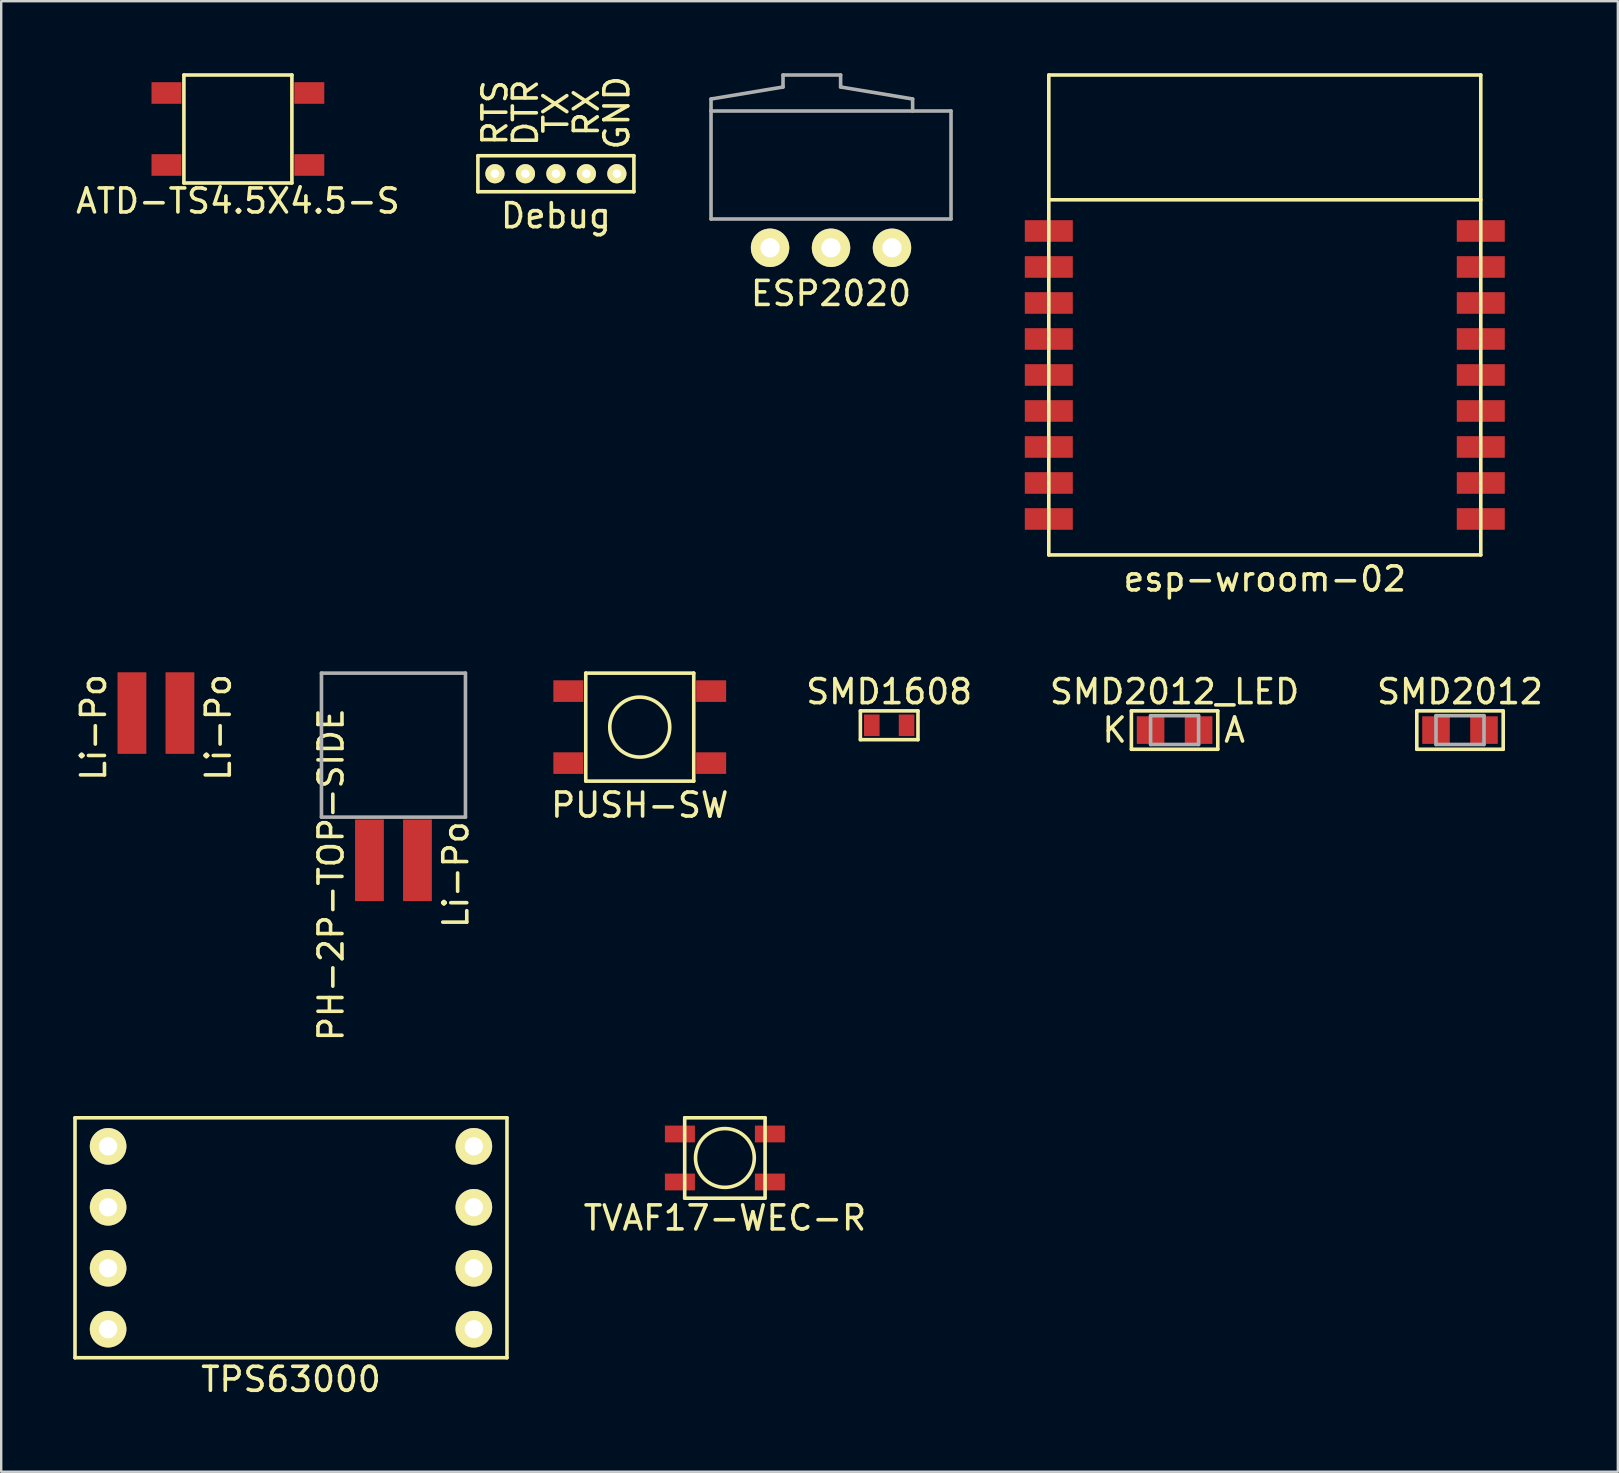
<source format=kicad_pcb>
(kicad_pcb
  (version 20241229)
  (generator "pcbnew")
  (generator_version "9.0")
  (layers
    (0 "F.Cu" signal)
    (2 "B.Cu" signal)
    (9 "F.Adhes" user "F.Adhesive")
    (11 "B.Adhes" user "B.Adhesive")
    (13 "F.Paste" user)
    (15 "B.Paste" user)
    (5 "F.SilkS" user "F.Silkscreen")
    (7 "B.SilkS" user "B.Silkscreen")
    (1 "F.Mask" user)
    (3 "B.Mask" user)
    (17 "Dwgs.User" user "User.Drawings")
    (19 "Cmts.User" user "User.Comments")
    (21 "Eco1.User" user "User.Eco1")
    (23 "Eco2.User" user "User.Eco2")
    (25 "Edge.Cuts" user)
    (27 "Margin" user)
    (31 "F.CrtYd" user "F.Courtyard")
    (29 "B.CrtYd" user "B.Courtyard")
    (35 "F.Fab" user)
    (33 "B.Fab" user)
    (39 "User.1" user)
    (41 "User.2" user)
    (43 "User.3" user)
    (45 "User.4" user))
  (footprint "TPS63000"
    (layer "F.Cu")
    (at 9.075 48.527)
    (property "Reference" "TPS63000" (at 0 5.9 0) (layer "F.SilkS") (effects (font (size 1 1) (thickness 0.15))))
    (attr through_hole)
    (fp_line (start -9 -5) (end -9 5) (stroke (width 0.15) (type solid)) (layer "F.SilkS"))
    (fp_line (start -9 5) (end 9 5) (stroke (width 0.15) (type solid)) (layer "F.SilkS"))
    (fp_line (start 9 -5) (end -9 -5) (stroke (width 0.15) (type solid)) (layer "F.SilkS"))
    (fp_line (start 9 5) (end 9 -5) (stroke (width 0.15) (type solid)) (layer "F.SilkS"))
    (pad "1" thru_hole circle (at -7.62 -3.81) (size 1.524 1.524) (drill 0.762) (layers "*.Cu" "*.Mask" "F.SilkS"))
    (pad "2" thru_hole circle (at -7.62 -1.27) (size 1.524 1.524) (drill 0.762) (layers "*.Cu" "*.Mask" "F.SilkS"))
    (pad "3" thru_hole circle (at -7.62 1.27) (size 1.524 1.524) (drill 0.762) (layers "*.Cu" "*.Mask" "F.SilkS"))
    (pad "4" thru_hole circle (at -7.62 3.81) (size 1.524 1.524) (drill 0.762) (layers "*.Cu" "*.Mask" "F.SilkS"))
    (pad "5" thru_hole circle (at 7.62 3.81) (size 1.524 1.524) (drill 0.762) (layers "*.Cu" "*.Mask" "F.SilkS"))
    (pad "6" thru_hole circle (at 7.62 1.27) (size 1.524 1.524) (drill 0.762) (layers "*.Cu" "*.Mask" "F.SilkS"))
    (pad "7" thru_hole circle (at 7.62 -1.27) (size 1.524 1.524) (drill 0.762) (layers "*.Cu" "*.Mask" "F.SilkS"))
    (pad "8" thru_hole circle (at 7.62 -3.81) (size 1.524 1.524) (drill 0.762) (layers "*.Cu" "*.Mask" "F.SilkS")))
  (footprint "PUSH-SW"
    (layer "F.Cu")
    (at 23.608 27.248)
    (property "Reference" "PUSH-SW" (at 0 3.25 0) (layer "F.SilkS") (effects (font (size 1 1) (thickness 0.15))))
    (attr through_hole)
    (fp_line (start -2.25 -2.25) (end -2.25 2.25) (stroke (width 0.15) (type solid)) (layer "F.SilkS"))
    (fp_line (start -2.25 2.25) (end 2.25 2.25) (stroke (width 0.15) (type solid)) (layer "F.SilkS"))
    (fp_line (start 2.25 -2.25) (end -2.25 -2.25) (stroke (width 0.15) (type solid)) (layer "F.SilkS"))
    (fp_line (start 2.25 2.25) (end 2.25 -2.25) (stroke (width 0.15) (type solid)) (layer "F.SilkS"))
    (fp_circle (center 0 0) (end -1.25 0) (stroke (width 0.15) (type solid)) (fill no) (layer "F.SilkS"))
    (pad "1" smd rect (at -2.975 -1.5) (size 1.25 0.9) (layers "F.Cu" "F.Mask" "F.Paste"))
    (pad "2" smd rect (at 2.975 -1.5) (size 1.25 0.9) (layers "F.Cu" "F.Mask" "F.Paste"))
    (pad "3" smd rect (at -2.975 1.5) (size 1.25 0.9) (layers "F.Cu" "F.Mask" "F.Paste"))
    (pad "4" smd rect (at 2.975 1.5) (size 1.25 0.9) (layers "F.Cu" "F.Mask" "F.Paste")))
  (footprint "esp-wroom-02"
    (layer "F.Cu")
    (at 49.653 20.075)
    (property "Reference" "esp-wroom-02" (at 0 1 0) (layer "F.SilkS") (effects (font (size 1 1) (thickness 0.15))))
    (attr through_hole)
    (fp_line (start -9 -20) (end -9 0) (stroke (width 0.15) (type solid)) (layer "F.SilkS"))
    (fp_line (start -9 -14.8) (end 9 -14.8) (stroke (width 0.15) (type solid)) (layer "F.SilkS"))
    (fp_line (start -9 0) (end 9 0) (stroke (width 0.15) (type solid)) (layer "F.SilkS"))
    (fp_line (start 9 -20) (end -9 -20) (stroke (width 0.15) (type solid)) (layer "F.SilkS"))
    (fp_line (start 9 0) (end 9 -20) (stroke (width 0.15) (type solid)) (layer "F.SilkS"))
    (pad "1" smd rect (at -9 -13.5) (size 2 0.9) (layers "F.Cu" "F.Mask" "F.Paste"))
    (pad "2" smd rect (at -9 -12) (size 2 0.9) (layers "F.Cu" "F.Mask" "F.Paste"))
    (pad "3" smd rect (at -9 -10.5) (size 2 0.9) (layers "F.Cu" "F.Mask" "F.Paste"))
    (pad "4" smd rect (at -9 -9) (size 2 0.9) (layers "F.Cu" "F.Mask" "F.Paste"))
    (pad "5" smd rect (at -9 -7.5) (size 2 0.9) (layers "F.Cu" "F.Mask" "F.Paste"))
    (pad "6" smd rect (at -9 -6) (size 2 0.9) (layers "F.Cu" "F.Mask" "F.Paste"))
    (pad "7" smd rect (at -9 -4.5) (size 2 0.9) (layers "F.Cu" "F.Mask" "F.Paste"))
    (pad "8" smd rect (at -9 -3) (size 2 0.9) (layers "F.Cu" "F.Mask" "F.Paste"))
    (pad "9" smd rect (at -9 -1.5) (size 2 0.9) (layers "F.Cu" "F.Mask" "F.Paste"))
    (pad "10" smd rect (at 9 -1.5) (size 2 0.9) (layers "F.Cu" "F.Mask" "F.Paste"))
    (pad "11" smd rect (at 9 -3) (size 2 0.9) (layers "F.Cu" "F.Mask" "F.Paste"))
    (pad "12" smd rect (at 9 -4.5) (size 2 0.9) (layers "F.Cu" "F.Mask" "F.Paste"))
    (pad "13" smd rect (at 9 -6) (size 2 0.9) (layers "F.Cu" "F.Mask" "F.Paste"))
    (pad "14" smd rect (at 9 -7.5) (size 2 0.9) (layers "F.Cu" "F.Mask" "F.Paste"))
    (pad "15" smd rect (at 9 -9) (size 2 0.9) (layers "F.Cu" "F.Mask" "F.Paste"))
    (pad "16" smd rect (at 9 -10.5) (size 2 0.9) (layers "F.Cu" "F.Mask" "F.Paste"))
    (pad "17" smd rect (at 9 -12) (size 2 0.9) (layers "F.Cu" "F.Mask" "F.Paste"))
    (pad "18" smd rect (at 9 -13.5) (size 2 0.9) (layers "F.Cu" "F.Mask" "F.Paste")))
  (footprint "ATD-TS4.5X4.5-S"
    (layer "F.Cu")
    (at 6.863 2.325)
    (property "Reference" "ATD-TS4.5X4.5-S" (at 0 3 0) (layer "F.SilkS") (effects (font (size 1 1) (thickness 0.15))))
    (attr through_hole)
    (fp_line (start -2.25 -2.25) (end -2.25 2.25) (stroke (width 0.15) (type solid)) (layer "F.SilkS"))
    (fp_line (start -2.25 2.25) (end 2.25 2.25) (stroke (width 0.15) (type solid)) (layer "F.SilkS"))
    (fp_line (start 2.25 -2.25) (end -2.25 -2.25) (stroke (width 0.15) (type solid)) (layer "F.SilkS"))
    (fp_line (start 2.25 2.25) (end 2.25 -2.25) (stroke (width 0.15) (type solid)) (layer "F.SilkS"))
    (pad "1" smd rect (at -2.975 -1.5 270) (size 0.9 1.25) (layers "F.Cu" "F.Mask" "F.Paste"))
    (pad "2" smd rect (at 2.975 -1.5 270) (size 0.9 1.25) (layers "F.Cu" "F.Mask" "F.Paste"))
    (pad "3" smd rect (at -2.975 1.5 270) (size 0.9 1.25) (layers "F.Cu" "F.Mask" "F.Paste"))
    (pad "4" smd rect (at 2.975 1.5 270) (size 0.9 1.25) (layers "F.Cu" "F.Mask" "F.Paste")))
  (footprint "TVAF17-WEC-R"
    (layer "F.Cu")
    (at 27.156 45.202)
    (property "Reference" "TVAF17-WEC-R" (at 0 2.5 0) (layer "F.SilkS") (effects (font (size 1 1) (thickness 0.15))))
    (attr through_hole)
    (fp_line (start -1.675 -1.675) (end -1.675 1.675) (stroke (width 0.15) (type solid)) (layer "F.SilkS"))
    (fp_line (start -1.675 1.675) (end 1.675 1.675) (stroke (width 0.15) (type solid)) (layer "F.SilkS"))
    (fp_line (start 1.675 -1.675) (end -1.675 -1.675) (stroke (width 0.15) (type solid)) (layer "F.SilkS"))
    (fp_line (start 1.675 1.675) (end 1.675 -1.675) (stroke (width 0.15) (type solid)) (layer "F.SilkS"))
    (fp_circle (center 0 0) (end 1.225 0) (stroke (width 0.15) (type solid)) (fill no) (layer "F.SilkS"))
    (pad "1" smd rect (at -1.875 -1) (size 1.25 0.7) (layers "F.Cu" "F.Mask" "F.Paste"))
    (pad "2" smd rect (at 1.875 -1) (size 1.25 0.7) (layers "F.Cu" "F.Mask" "F.Paste"))
    (pad "3" smd rect (at -1.875 1) (size 1.25 0.7) (layers "F.Cu" "F.Mask" "F.Paste"))
    (pad "4" smd rect (at 1.875 1) (size 1.25 0.7) (layers "F.Cu" "F.Mask" "F.Paste")))
  (footprint "Li-Po"
    (layer "F.Cu")
    (at 3.448 26.563)
    (property "Reference" "Li-Po" (at -2.6 0.7 90) (layer "F.SilkS") (effects (font (size 1 1) (thickness 0.15))))
    (attr through_hole)
    (fp_text user "Li-Po" (at 2.6 0.7 90) (layer "F.SilkS") (effects (font (size 1 1) (thickness 0.15))))
    (pad "1" smd rect (at -1 0.1) (size 1.2 3.4) (layers "F.Cu" "F.Mask" "F.Paste"))
    (pad "2" smd rect (at 1 0.1) (size 1.2 3.4) (layers "F.Cu" "F.Mask" "F.Paste")))
  (footprint "ESP2020"
    (layer "F.Cu")
    (at 31.578 7.275)
    (property "Reference" "ESP2020" (at 0 1.905 0) (layer "F.SilkS") (effects (font (size 1 1) (thickness 0.15))))
    (attr through_hole)
    (fp_line (start -5 -6.2) (end -5 -5.7) (stroke (width 0.15) (type solid)) (layer "F.Fab"))
    (fp_line (start -5 -5.7) (end 5 -5.7) (stroke (width 0.15) (type solid)) (layer "F.Fab"))
    (fp_line (start -5 -1.2) (end -5 -5.7) (stroke (width 0.15) (type solid)) (layer "F.Fab"))
    (fp_line (start -5 -1.2) (end 5 -1.2) (stroke (width 0.15) (type solid)) (layer "F.Fab"))
    (fp_line (start -2 -7.2) (end -2 -6.7) (stroke (width 0.15) (type solid)) (layer "F.Fab"))
    (fp_line (start -2 -7.2) (end 0.4 -7.2) (stroke (width 0.15) (type solid)) (layer "F.Fab"))
    (fp_line (start -2 -6.7) (end -5 -6.2) (stroke (width 0.15) (type solid)) (layer "F.Fab"))
    (fp_line (start 0.4 -7.2) (end 0.4 -6.7) (stroke (width 0.15) (type solid)) (layer "F.Fab"))
    (fp_line (start 0.4 -6.7) (end 3.4 -6.2) (stroke (width 0.15) (type solid)) (layer "F.Fab"))
    (fp_line (start 3.4 -6.2) (end 3.4 -5.7) (stroke (width 0.15) (type solid)) (layer "F.Fab"))
    (fp_line (start 5 -5.7) (end 5 -1.2) (stroke (width 0.15) (type solid)) (layer "F.Fab"))
    (pad "1" thru_hole circle (at -2.54 0) (size 1.6 1.6) (drill 0.8) (layers "*.Cu" "*.Mask" "F.SilkS"))
    (pad "2" thru_hole circle (at 0 0) (size 1.6 1.6) (drill 0.8) (layers "*.Cu" "*.Mask" "F.SilkS"))
    (pad "3" thru_hole circle (at 2.54 0) (size 1.6 1.6) (drill 0.8) (layers "*.Cu" "*.Mask" "F.SilkS")))
  (footprint "SMD2012_LED"
    (layer "F.Cu")
    (at 45.894 27.372)
    (property "Reference" "SMD2012_LED" (at 0 -1.6 0) (layer "F.SilkS") (effects (font (size 1 1) (thickness 0.15))))
    (attr through_hole)
    (fp_line (start -1.8 -0.8) (end -1.8 0.8) (stroke (width 0.15) (type solid)) (layer "F.SilkS"))
    (fp_line (start -1.8 0.8) (end 1.8 0.8) (stroke (width 0.15) (type solid)) (layer "F.SilkS"))
    (fp_line (start 1.8 -0.8) (end -1.8 -0.8) (stroke (width 0.15) (type solid)) (layer "F.SilkS"))
    (fp_line (start 1.8 0.8) (end 1.8 -0.8) (stroke (width 0.15) (type solid)) (layer "F.SilkS"))
    (fp_line (start -1 -0.6) (end -1 0.6) (stroke (width 0.15) (type solid)) (layer "F.Fab"))
    (fp_line (start -1 0.6) (end 1 0.6) (stroke (width 0.15) (type solid)) (layer "F.Fab"))
    (fp_line (start 1 -0.6) (end -1 -0.6) (stroke (width 0.15) (type solid)) (layer "F.Fab"))
    (fp_line (start 1 0.6) (end 1 -0.6) (stroke (width 0.15) (type solid)) (layer "F.Fab"))
    (fp_text user "A" (at 2.5 0 0) (layer "F.SilkS") (effects (font (size 1 1) (thickness 0.15))))
    (fp_text user "K" (at -2.5 0 0) (layer "F.SilkS") (effects (font (size 1 1) (thickness 0.15))))
    (pad "1" smd rect (at -1 0) (size 1.15 1.15) (layers "F.Cu" "F.Mask" "F.Paste"))
    (pad "2" smd rect (at 1 0) (size 1.15 1.15) (layers "F.Cu" "F.Mask" "F.Paste")))
  (footprint "SMD1608"
    (layer "F.Cu")
    (at 34.001 27.172)
    (property "Reference" "SMD1608" (at 0 -1.4 0) (layer "F.SilkS") (effects (font (size 1 1) (thickness 0.15))))
    (attr through_hole)
    (fp_line (start -1.2 -0.6) (end -1.2 0.6) (stroke (width 0.15) (type solid)) (layer "F.SilkS"))
    (fp_line (start -1.2 0.6) (end 1.2 0.6) (stroke (width 0.15) (type solid)) (layer "F.SilkS"))
    (fp_line (start 1.2 -0.6) (end -1.2 -0.6) (stroke (width 0.15) (type solid)) (layer "F.SilkS"))
    (fp_line (start 1.2 0.6) (end 1.2 -0.6) (stroke (width 0.15) (type solid)) (layer "F.SilkS"))
    (pad "1" smd rect (at -0.725 0) (size 0.65 0.9) (layers "F.Cu" "F.Mask" "F.Paste"))
    (pad "2" smd rect (at 0.725 0) (size 0.65 0.9) (layers "F.Cu" "F.Mask" "F.Paste")))
  (footprint "SMD2012"
    (layer "F.Cu")
    (at 57.787 27.372)
    (property "Reference" "SMD2012" (at 0 -1.6 0) (layer "F.SilkS") (effects (font (size 1 1) (thickness 0.15))))
    (attr through_hole)
    (fp_line (start -1.8 -0.8) (end -1.8 0.8) (stroke (width 0.15) (type solid)) (layer "F.SilkS"))
    (fp_line (start -1.8 0.8) (end 1.8 0.8) (stroke (width 0.15) (type solid)) (layer "F.SilkS"))
    (fp_line (start 1.8 -0.8) (end -1.8 -0.8) (stroke (width 0.15) (type solid)) (layer "F.SilkS"))
    (fp_line (start 1.8 0.8) (end 1.8 -0.8) (stroke (width 0.15) (type solid)) (layer "F.SilkS"))
    (fp_line (start -1 -0.6) (end -1 0.6) (stroke (width 0.15) (type solid)) (layer "F.Fab"))
    (fp_line (start -1 0.6) (end 1 0.6) (stroke (width 0.15) (type solid)) (layer "F.Fab"))
    (fp_line (start 1 -0.6) (end -1 -0.6) (stroke (width 0.15) (type solid)) (layer "F.Fab"))
    (fp_line (start 1 0.6) (end 1 -0.6) (stroke (width 0.15) (type solid)) (layer "F.Fab"))
    (pad "1" smd rect (at -1 0) (size 1.15 1.15) (layers "F.Cu" "F.Mask" "F.Paste"))
    (pad "2" smd rect (at 1 0) (size 1.15 1.15) (layers "F.Cu" "F.Mask" "F.Paste")))
  (footprint "PH-2P-TOP-SIDE"
    (layer "F.Cu")
    (at 13.345 32.698)
    (property "Reference" "PH-2P-TOP-SIDE" (at -2.6 0.7 90) (layer "F.SilkS") (effects (font (size 1 1) (thickness 0.15))))
    (attr through_hole)
    (fp_line (start -3 -7.7) (end -3 -1.7) (stroke (width 0.15) (type solid)) (layer "F.Fab"))
    (fp_line (start -3 -7.7) (end 3 -7.7) (stroke (width 0.15) (type solid)) (layer "F.Fab"))
    (fp_line (start -3 -1.7) (end 3 -1.7) (stroke (width 0.15) (type solid)) (layer "F.Fab"))
    (fp_line (start 3 -7.7) (end 3 -1.7) (stroke (width 0.15) (type solid)) (layer "F.Fab"))
    (fp_text user "Li-Po" (at 2.6 0.7 90) (layer "F.SilkS") (effects (font (size 1 1) (thickness 0.15))))
    (pad "1" smd rect (at 1 0.1) (size 1.2 3.4) (layers "F.Cu" "F.Mask" "F.Paste"))
    (pad "2" smd rect (at -1 0.1) (size 1.2 3.4) (layers "F.Cu" "F.Mask" "F.Paste")))
  (footprint "Debug"
    (layer "F.Cu")
    (at 20.114 4.189)
    (property "Reference" "Debug" (at 0 1.75 0) (layer "F.SilkS") (effects (font (size 1 1) (thickness 0.15))))
    (attr through_hole)
    (fp_line (start -3.25 -0.75) (end -3.25 0.75) (stroke (width 0.15) (type solid)) (layer "F.SilkS"))
    (fp_line (start -3.25 0.75) (end 3.25 0.75) (stroke (width 0.15) (type solid)) (layer "F.SilkS"))
    (fp_line (start 3.25 -0.75) (end -3.25 -0.75) (stroke (width 0.15) (type solid)) (layer "F.SilkS"))
    (fp_line (start 3.25 0.75) (end 3.25 -0.75) (stroke (width 0.15) (type solid)) (layer "F.SilkS"))
    (fp_text user "TX" (at 0 -2.54 90) (layer "F.SilkS") (effects (font (size 1 1) (thickness 0.15))))
    (fp_text user "GND" (at 2.54 -2.54 90) (layer "F.SilkS") (effects (font (size 1 1) (thickness 0.15))))
    (fp_text user "RTS" (at -2.54 -2.54 90) (layer "F.SilkS") (effects (font (size 1 1) (thickness 0.15))))
    (fp_text user "DTR" (at -1.27 -2.54 90) (layer "F.SilkS") (effects (font (size 1 1) (thickness 0.15))))
    (fp_text user "RX" (at 1.27 -2.54 90) (layer "F.SilkS") (effects (font (size 1 1) (thickness 0.15))))
    (pad "1" thru_hole circle (at -2.54 0) (size 0.8 0.8) (drill 0.35) (layers "*.Cu" "*.Mask" "F.SilkS"))
    (pad "2" thru_hole circle (at -1.27 0) (size 0.8 0.8) (drill 0.35) (layers "*.Cu" "*.Mask" "F.SilkS"))
    (pad "3" thru_hole circle (at 0 0) (size 0.8 0.8) (drill 0.35) (layers "*.Cu" "*.Mask" "F.SilkS"))
    (pad "4" thru_hole circle (at 1.27 0) (size 0.8 0.8) (drill 0.35) (layers "*.Cu" "*.Mask" "F.SilkS"))
    (pad "5" thru_hole circle (at 2.54 0) (size 0.8 0.8) (drill 0.35) (layers "*.Cu" "*.Mask" "F.SilkS")))
  (gr_rect
    (start -3 -3)
    (end 64.364 58.275)
    (stroke (width 0.1) (type default))
    (fill no)
    (layer "Edge.Cuts")))
</source>
